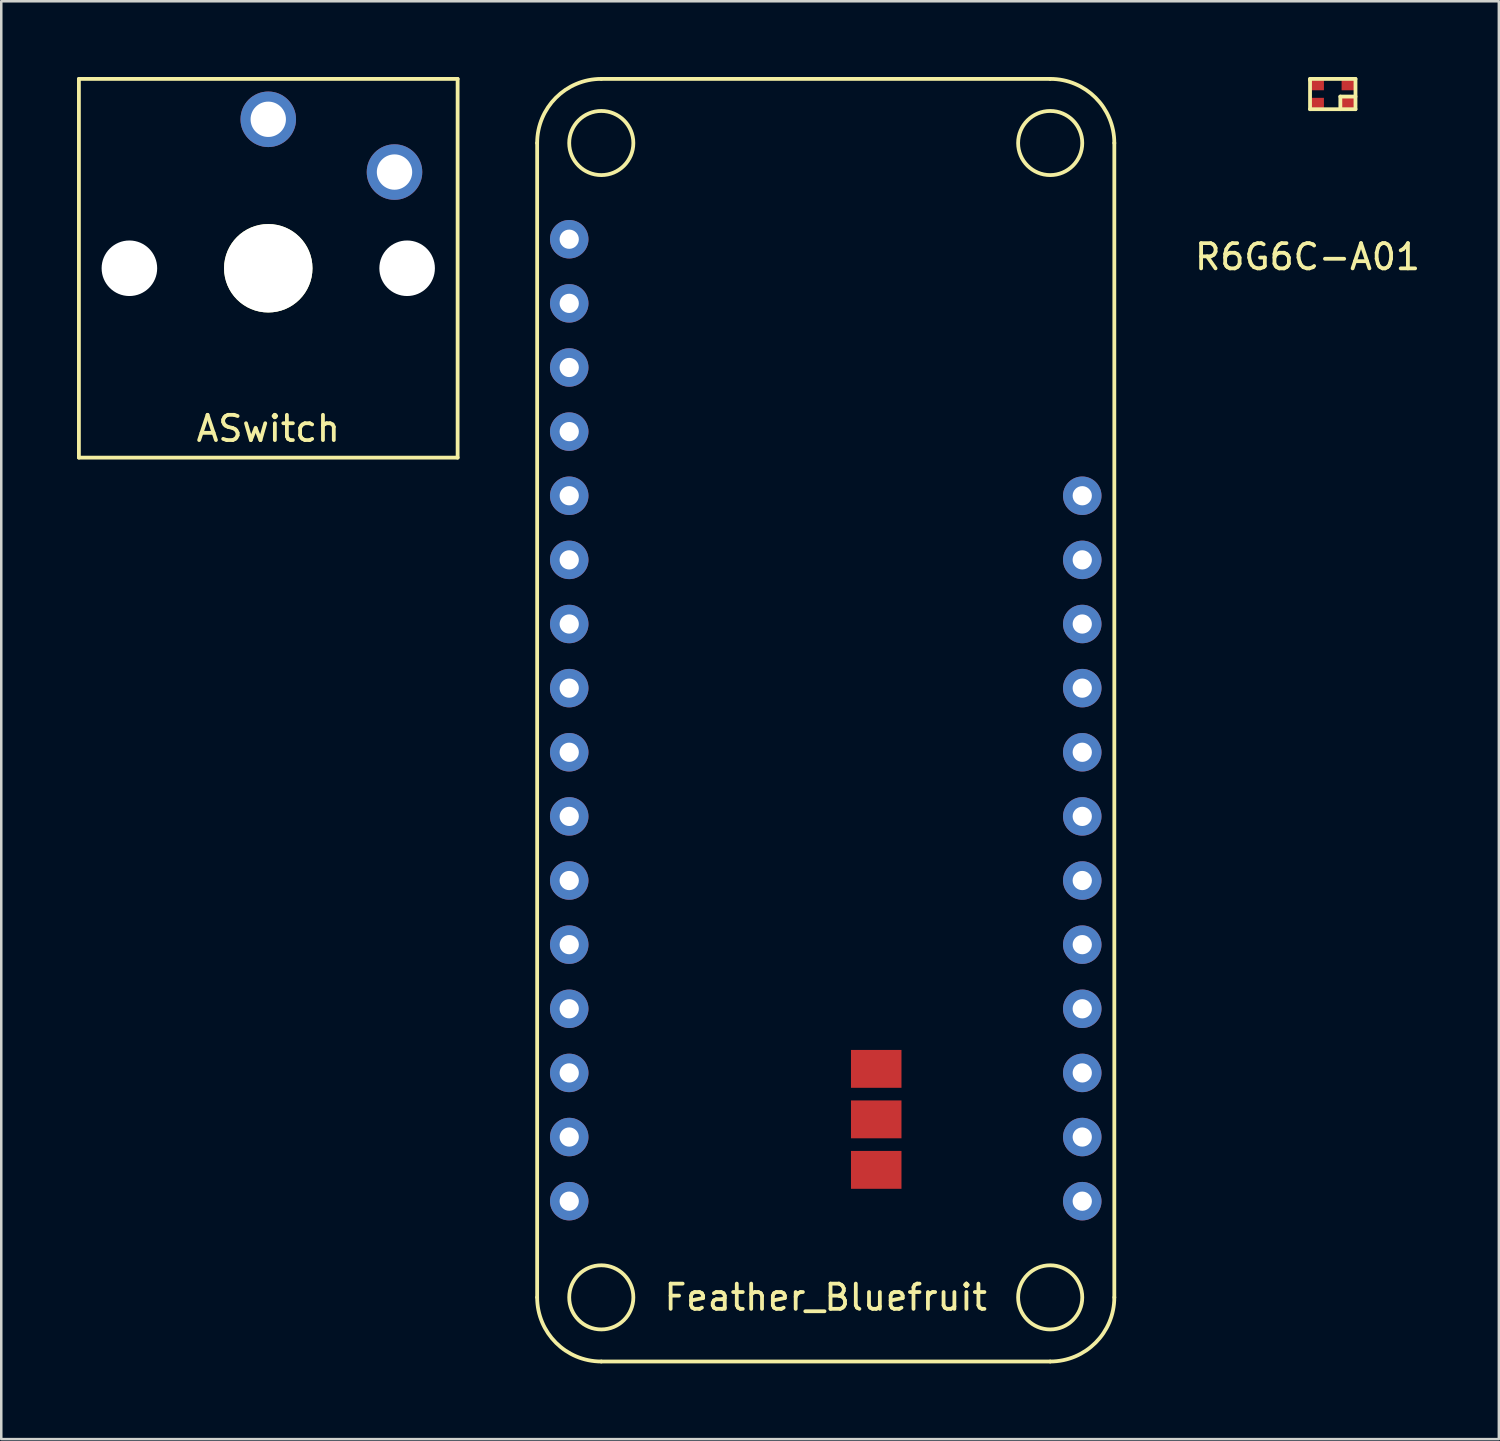
<source format=kicad_pcb>
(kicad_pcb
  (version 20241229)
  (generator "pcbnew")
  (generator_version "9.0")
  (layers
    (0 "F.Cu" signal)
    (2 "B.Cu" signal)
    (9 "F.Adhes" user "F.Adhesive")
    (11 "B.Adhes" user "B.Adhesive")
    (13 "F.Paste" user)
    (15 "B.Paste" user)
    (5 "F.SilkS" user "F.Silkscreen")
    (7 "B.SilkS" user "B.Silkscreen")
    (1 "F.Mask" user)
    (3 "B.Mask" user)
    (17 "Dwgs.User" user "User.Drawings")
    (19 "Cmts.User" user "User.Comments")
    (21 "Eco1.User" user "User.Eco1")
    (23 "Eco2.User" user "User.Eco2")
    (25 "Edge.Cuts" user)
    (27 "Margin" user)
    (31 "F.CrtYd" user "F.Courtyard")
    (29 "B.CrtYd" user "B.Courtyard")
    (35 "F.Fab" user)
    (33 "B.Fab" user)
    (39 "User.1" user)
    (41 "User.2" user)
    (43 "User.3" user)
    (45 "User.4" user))
  (footprint "Feather_Bluefruit"
    (layer "F.Cu")
    (at 29.655 25.475)
    (property "Reference" "Feather_Bluefruit" (at 0 22.86 0) (layer "F.SilkS") (effects (font (size 1 1) (thickness 0.15))))
    (attr through_hole)
    (fp_line (start -11.43 -22.86) (end -11.43 22.86) (stroke (width 0.15) (type solid)) (layer "F.SilkS"))
    (fp_line (start -8.89 25.4) (end 8.89 25.4) (stroke (width 0.15) (type solid)) (layer "F.SilkS"))
    (fp_line (start 8.89 -25.4) (end -8.89 -25.4) (stroke (width 0.15) (type solid)) (layer "F.SilkS"))
    (fp_line (start 11.43 22.86) (end 11.43 -22.86) (stroke (width 0.15) (type solid)) (layer "F.SilkS"))
    (fp_arc (start -11.43 -22.86) (mid -10.686051 -24.656051) (end -8.89 -25.4) (stroke (width 0.15) (type solid)) (layer "F.SilkS"))
    (fp_arc (start -8.89 25.4) (mid -10.686051 24.656051) (end -11.43 22.86) (stroke (width 0.15) (type solid)) (layer "F.SilkS"))
    (fp_arc (start 8.89 -25.4) (mid 10.686051 -24.656051) (end 11.43 -22.86) (stroke (width 0.15) (type solid)) (layer "F.SilkS"))
    (fp_arc (start 11.43 22.86) (mid 10.686051 24.656051) (end 8.89 25.4) (stroke (width 0.15) (type solid)) (layer "F.SilkS"))
    (fp_circle (center -8.89 -22.86) (end -7.62 -22.86) (stroke (width 0.15) (type solid)) (fill no) (layer "F.SilkS"))
    (fp_circle (center -8.89 22.86) (end -7.62 22.86) (stroke (width 0.15) (type solid)) (fill no) (layer "F.SilkS"))
    (fp_circle (center 8.89 -22.86) (end 10.16 -22.86) (stroke (width 0.15) (type solid)) (fill no) (layer "F.SilkS"))
    (fp_circle (center 8.89 22.86) (end 10.16 22.86) (stroke (width 0.15) (type solid)) (fill no) (layer "F.SilkS"))
    (pad "1" thru_hole circle (at -10.16 -19.05) (size 1.524 1.524) (drill 0.762) (layers "*.Cu" "*.Mask"))
    (pad "2" thru_hole circle (at -10.16 -16.51) (size 1.524 1.524) (drill 0.762) (layers "*.Cu" "*.Mask"))
    (pad "3" thru_hole circle (at -10.16 -13.97) (size 1.524 1.524) (drill 0.762) (layers "*.Cu" "*.Mask"))
    (pad "4" thru_hole circle (at -10.16 -11.43) (size 1.524 1.524) (drill 0.762) (layers "*.Cu" "*.Mask"))
    (pad "5" thru_hole circle (at -10.16 -8.89) (size 1.524 1.524) (drill 0.762) (layers "*.Cu" "*.Mask"))
    (pad "6" thru_hole circle (at -10.16 -6.35) (size 1.524 1.524) (drill 0.762) (layers "*.Cu" "*.Mask"))
    (pad "7" thru_hole circle (at -10.16 -3.81) (size 1.524 1.524) (drill 0.762) (layers "*.Cu" "*.Mask"))
    (pad "8" thru_hole circle (at -10.16 -1.27) (size 1.524 1.524) (drill 0.762) (layers "*.Cu" "*.Mask"))
    (pad "9" thru_hole circle (at -10.16 1.27) (size 1.524 1.524) (drill 0.762) (layers "*.Cu" "*.Mask"))
    (pad "10" thru_hole circle (at -10.16 3.81) (size 1.524 1.524) (drill 0.762) (layers "*.Cu" "*.Mask"))
    (pad "11" thru_hole circle (at -10.16 6.35) (size 1.524 1.524) (drill 0.762) (layers "*.Cu" "*.Mask"))
    (pad "12" thru_hole circle (at -10.16 8.89) (size 1.524 1.524) (drill 0.762) (layers "*.Cu" "*.Mask"))
    (pad "13" thru_hole circle (at -10.16 11.43) (size 1.524 1.524) (drill 0.762) (layers "*.Cu" "*.Mask"))
    (pad "14" thru_hole circle (at -10.16 13.97) (size 1.524 1.524) (drill 0.762) (layers "*.Cu" "*.Mask"))
    (pad "15" thru_hole circle (at -10.16 16.51) (size 1.524 1.524) (drill 0.762) (layers "*.Cu" "*.Mask"))
    (pad "16" thru_hole circle (at -10.16 19.05) (size 1.524 1.524) (drill 0.762) (layers "*.Cu" "*.Mask"))
    (pad "17" thru_hole circle (at 10.16 19.05) (size 1.524 1.524) (drill 0.762) (layers "*.Cu" "*.Mask"))
    (pad "18" thru_hole circle (at 10.16 16.51) (size 1.524 1.524) (drill 0.762) (layers "*.Cu" "*.Mask"))
    (pad "19" thru_hole circle (at 10.16 13.97) (size 1.524 1.524) (drill 0.762) (layers "*.Cu" "*.Mask"))
    (pad "20" thru_hole circle (at 10.16 11.43) (size 1.524 1.524) (drill 0.762) (layers "*.Cu" "*.Mask"))
    (pad "21" thru_hole circle (at 10.16 8.89) (size 1.524 1.524) (drill 0.762) (layers "*.Cu" "*.Mask"))
    (pad "22" thru_hole circle (at 10.16 6.35) (size 1.524 1.524) (drill 0.762) (layers "*.Cu" "*.Mask"))
    (pad "23" thru_hole circle (at 10.16 3.81) (size 1.524 1.524) (drill 0.762) (layers "*.Cu" "*.Mask"))
    (pad "24" thru_hole circle (at 10.16 1.27) (size 1.524 1.524) (drill 0.762) (layers "*.Cu" "*.Mask"))
    (pad "25" thru_hole circle (at 10.16 -1.27) (size 1.524 1.524) (drill 0.762) (layers "*.Cu" "*.Mask"))
    (pad "26" thru_hole circle (at 10.16 -3.81) (size 1.524 1.524) (drill 0.762) (layers "*.Cu" "*.Mask"))
    (pad "27" thru_hole circle (at 10.16 -6.35) (size 1.524 1.524) (drill 0.762) (layers "*.Cu" "*.Mask"))
    (pad "28" thru_hole circle (at 10.16 -8.89) (size 1.524 1.524) (drill 0.762) (layers "*.Cu" "*.Mask"))
    (pad "29" smd rect (at 2 17.81) (size 2 1.5) (layers "F.Cu" "F.Mask" "F.Paste"))
    (pad "30" smd rect (at 2 15.81) (size 2 1.5) (layers "F.Cu" "F.Mask" "F.Paste"))
    (pad "31" smd rect (at 2 13.81) (size 2 1.5) (layers "F.Cu" "F.Mask" "F.Paste")))
  (footprint "R6G6C-A01"
    (layer "F.Cu")
    (at 48.737 1.375)
    (property "Reference" "R6G6C-A01" (at 0 5.75 0) (layer "F.SilkS") (effects (font (size 1 1) (thickness 0.15))))
    (attr through_hole)
    (fp_line (start 0.1 -1.3) (end 1.9 -1.3) (stroke (width 0.15) (type solid)) (layer "F.SilkS"))
    (fp_line (start 0.1 -1.25) (end 0.1 -1.3) (stroke (width 0.15) (type solid)) (layer "F.SilkS"))
    (fp_line (start 0.1 -0.1) (end 0.1 -1.25) (stroke (width 0.15) (type solid)) (layer "F.SilkS"))
    (fp_line (start 1.3 -0.6) (end 1.3 -0.1) (stroke (width 0.15) (type solid)) (layer "F.SilkS"))
    (fp_line (start 1.9 -1.3) (end 1.9 -0.1) (stroke (width 0.15) (type solid)) (layer "F.SilkS"))
    (fp_line (start 1.9 -0.6) (end 1.3 -0.6) (stroke (width 0.15) (type solid)) (layer "F.SilkS"))
    (fp_line (start 1.9 -0.1) (end 0.1 -0.1) (stroke (width 0.15) (type solid)) (layer "F.SilkS"))
    (pad "1" smd rect (at 1.6 -0.35) (size 0.5 0.4) (layers "F.Cu" "F.Mask" "F.Paste"))
    (pad "2" smd rect (at 1.6 -1.05) (size 0.5 0.4) (layers "F.Cu" "F.Mask" "F.Paste"))
    (pad "3" smd rect (at 0.4 -0.35) (size 0.5 0.4) (layers "F.Cu" "F.Mask" "F.Paste"))
    (pad "4" smd rect (at 0.4 -1.05) (size 0.5 0.4) (layers "F.Cu" "F.Mask" "F.Paste")))
  (footprint "ASwitch"
    (layer "F.Cu")
    (at 7.575 7.575)
    (property "Reference" "ASwitch" (at 0 6.35 0) (layer "F.SilkS") (effects (font (size 1 1) (thickness 0.15))))
    (attr through_hole)
    (fp_line (start -7.5 -7.5) (end 7.5 -7.5) (stroke (width 0.15) (type solid)) (layer "F.SilkS"))
    (fp_line (start -7.5 7.5) (end -7.5 -7.5) (stroke (width 0.15) (type solid)) (layer "F.SilkS"))
    (fp_line (start 7.5 -7.5) (end 7.5 7.5) (stroke (width 0.15) (type solid)) (layer "F.SilkS"))
    (fp_line (start 7.5 7.5) (end -7.5 7.5) (stroke (width 0.15) (type solid)) (layer "F.SilkS"))
    (fp_circle (center -5.5 0) (end -5.07 0) (stroke (width 0.15) (type solid)) (fill no) (layer "F.SilkS"))
    (fp_circle (center 0 0) (end 1.5 -0.75) (stroke (width 0.15) (type solid)) (fill no) (layer "F.SilkS"))
    (fp_circle (center 5.5 0) (end 5 0) (stroke (width 0.15) (type solid)) (fill no) (layer "F.SilkS"))
    (pad "" np_thru_hole circle (at -5.5 0) (size 2.2 2.2) (drill 2.2) (layers "*.Cu" "*.Mask"))
    (pad "" np_thru_hole circle (at 0 0) (size 3.5 3.5) (drill 3.5) (layers "*.Cu" "*.Mask"))
    (pad "" np_thru_hole circle (at 5.5 0) (size 2.2 2.2) (drill 2.2) (layers "*.Cu" "*.Mask"))
    (pad "1" thru_hole circle (at 0 -5.9) (size 2.2 2.2) (drill 1.4) (layers "*.Cu" "*.Mask"))
    (pad "2" thru_hole circle (at 5 -3.81) (size 2.2 2.2) (drill 1.4) (layers "*.Cu" "*.Mask")))
  (gr_rect
    (start -3 -3)
    (end 56.315 53.95)
    (stroke (width 0.1) (type default))
    (fill no)
    (layer "Edge.Cuts")))
</source>
